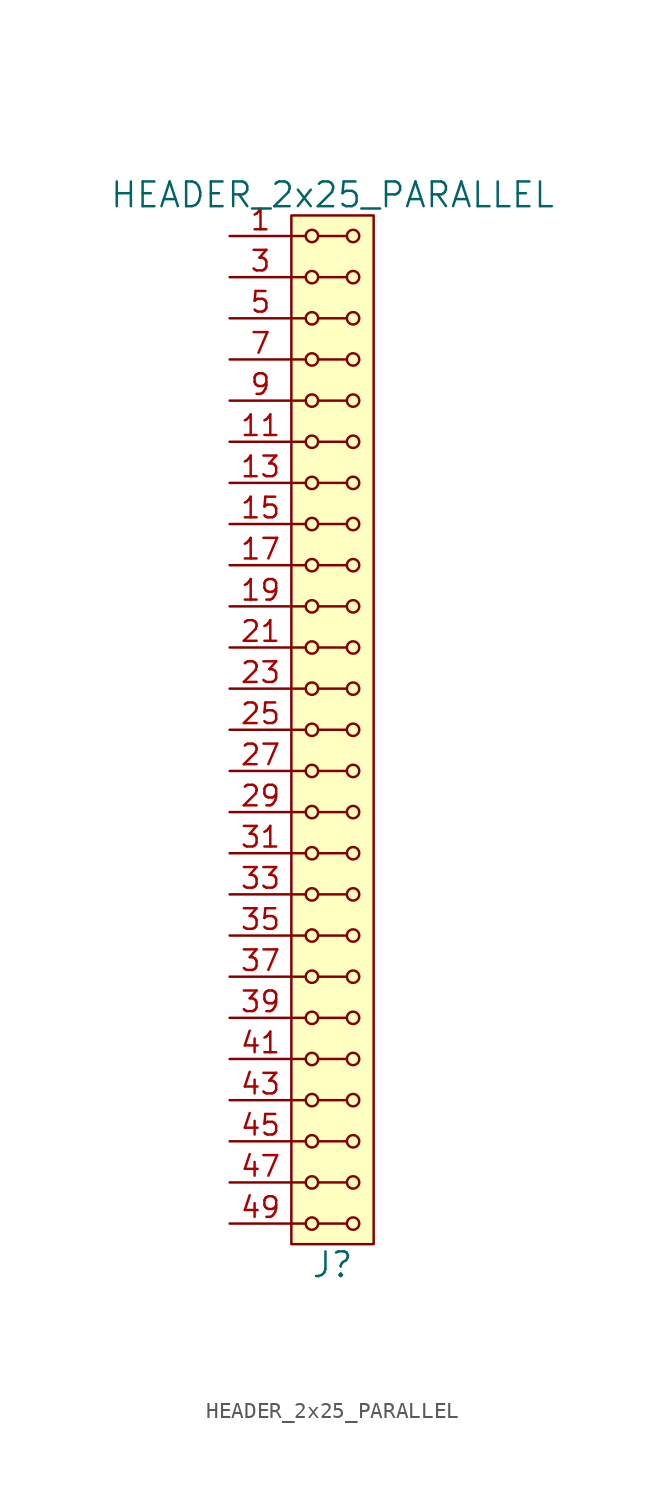
<source format=kicad_sym>
(kicad_symbol_lib
  (version 20211014)
  (generator kicad_symbol_editor)
  (symbol "HEADER_2x25_PARALLEL"
    (pin_names
      (offset 1.016))
    (property "Reference" "J"
      (at 0 -33.02 0)
      (effects (font (size 1.524 1.524))))
    (property "Value" "HEADER_2x25_PARALLEL"
      (at 0 33.02 0)
      (effects (font (size 1.524 1.524))))
    (property "Footprint" ""
      (at 0 30.48 0)
      (effects (font (size 1.524 1.524))))
    (property "Datasheet" ""
      (at 0 30.48 0)
      (effects (font (size 1.524 1.524))))
    (symbol "HEADER_2x25_PARALLEL_0_1"
      (rectangle (start -2.54 31.75) (end 2.54 -31.75) (stroke (width 0) (type default) (color 0 0 0 0)) (fill (type background)))
      (circle (center -1.27 -30.48) (radius 0.381) (stroke (width 0) (type default) (color 0 0 0 0)) (fill (type none)))
      (circle (center -1.27 -27.94) (radius 0.381) (stroke (width 0) (type default) (color 0 0 0 0)) (fill (type none)))
      (circle (center -1.27 -25.4) (radius 0.381) (stroke (width 0) (type default) (color 0 0 0 0)) (fill (type none)))
      (circle (center -1.27 -22.86) (radius 0.381) (stroke (width 0) (type default) (color 0 0 0 0)) (fill (type none)))
      (circle (center -1.27 -20.32) (radius 0.381) (stroke (width 0) (type default) (color 0 0 0 0)) (fill (type none)))
      (circle (center -1.27 -17.78) (radius 0.381) (stroke (width 0) (type default) (color 0 0 0 0)) (fill (type none)))
      (circle (center -1.27 -15.24) (radius 0.381) (stroke (width 0) (type default) (color 0 0 0 0)) (fill (type none)))
      (circle (center -1.27 -12.7) (radius 0.381) (stroke (width 0) (type default) (color 0 0 0 0)) (fill (type none)))
      (circle (center -1.27 -10.16) (radius 0.381) (stroke (width 0) (type default) (color 0 0 0 0)) (fill (type none)))
      (circle (center -1.27 -7.62) (radius 0.381) (stroke (width 0) (type default) (color 0 0 0 0)) (fill (type none)))
      (circle (center -1.27 -5.08) (radius 0.381) (stroke (width 0) (type default) (color 0 0 0 0)) (fill (type none)))
      (circle (center -1.27 -2.54) (radius 0.381) (stroke (width 0) (type default) (color 0 0 0 0)) (fill (type none)))
      (circle (center -1.27 0) (radius 0.381) (stroke (width 0) (type default) (color 0 0 0 0)) (fill (type none)))
      (circle (center -1.27 2.54) (radius 0.381) (stroke (width 0) (type default) (color 0 0 0 0)) (fill (type none)))
      (circle (center -1.27 5.08) (radius 0.381) (stroke (width 0) (type default) (color 0 0 0 0)) (fill (type none)))
      (circle (center -1.27 7.62) (radius 0.381) (stroke (width 0) (type default) (color 0 0 0 0)) (fill (type none)))
      (circle (center -1.27 10.16) (radius 0.381) (stroke (width 0) (type default) (color 0 0 0 0)) (fill (type none)))
      (circle (center -1.27 12.7) (radius 0.381) (stroke (width 0) (type default) (color 0 0 0 0)) (fill (type none)))
      (circle (center -1.27 15.24) (radius 0.381) (stroke (width 0) (type default) (color 0 0 0 0)) (fill (type none)))
      (circle (center -1.27 17.78) (radius 0.381) (stroke (width 0) (type default) (color 0 0 0 0)) (fill (type none)))
      (circle (center -1.27 20.32) (radius 0.381) (stroke (width 0) (type default) (color 0 0 0 0)) (fill (type none)))
      (circle (center -1.27 22.86) (radius 0.381) (stroke (width 0) (type default) (color 0 0 0 0)) (fill (type none)))
      (circle (center -1.27 25.4) (radius 0.381) (stroke (width 0) (type default) (color 0 0 0 0)) (fill (type none)))
      (circle (center -1.27 27.94) (radius 0.381) (stroke (width 0) (type default) (color 0 0 0 0)) (fill (type none)))
      (circle (center -1.27 30.48) (radius 0.381) (stroke (width 0) (type default) (color 0 0 0 0)) (fill (type none)))
      (polyline (pts (xy -1.651 -30.48) (xy -2.54 -30.48)) (stroke (width 0) (type default) (color 0 0 0 0)) (fill (type none)))
      (polyline (pts (xy -1.651 -27.94) (xy -2.54 -27.94)) (stroke (width 0) (type default) (color 0 0 0 0)) (fill (type none)))
      (polyline (pts (xy -1.651 -25.4) (xy -2.54 -25.4)) (stroke (width 0) (type default) (color 0 0 0 0)) (fill (type none)))
      (polyline (pts (xy -1.651 -22.86) (xy -2.54 -22.86)) (stroke (width 0) (type default) (color 0 0 0 0)) (fill (type none)))
      (polyline (pts (xy -1.651 -20.32) (xy -2.54 -20.32)) (stroke (width 0) (type default) (color 0 0 0 0)) (fill (type none)))
      (polyline (pts (xy -1.651 -17.78) (xy -2.54 -17.78)) (stroke (width 0) (type default) (color 0 0 0 0)) (fill (type none)))
      (polyline (pts (xy -1.651 -15.24) (xy -2.54 -15.24)) (stroke (width 0) (type default) (color 0 0 0 0)) (fill (type none)))
      (polyline (pts (xy -1.651 -12.7) (xy -2.54 -12.7)) (stroke (width 0) (type default) (color 0 0 0 0)) (fill (type none)))
      (polyline (pts (xy -1.651 -10.16) (xy -2.54 -10.16)) (stroke (width 0) (type default) (color 0 0 0 0)) (fill (type none)))
      (polyline (pts (xy -1.651 -7.62) (xy -2.54 -7.62)) (stroke (width 0) (type default) (color 0 0 0 0)) (fill (type none)))
      (polyline (pts (xy -1.651 -5.08) (xy -2.54 -5.08)) (stroke (width 0) (type default) (color 0 0 0 0)) (fill (type none)))
      (polyline (pts (xy -1.651 -2.54) (xy -2.54 -2.54)) (stroke (width 0) (type default) (color 0 0 0 0)) (fill (type none)))
      (polyline (pts (xy -1.651 0) (xy -2.54 0)) (stroke (width 0) (type default) (color 0 0 0 0)) (fill (type none)))
      (polyline (pts (xy -1.651 2.54) (xy -2.54 2.54)) (stroke (width 0) (type default) (color 0 0 0 0)) (fill (type none)))
      (polyline (pts (xy -1.651 5.08) (xy -2.54 5.08)) (stroke (width 0) (type default) (color 0 0 0 0)) (fill (type none)))
      (polyline (pts (xy -1.651 7.62) (xy -2.54 7.62)) (stroke (width 0) (type default) (color 0 0 0 0)) (fill (type none)))
      (polyline (pts (xy -1.651 10.16) (xy -2.54 10.16)) (stroke (width 0) (type default) (color 0 0 0 0)) (fill (type none)))
      (polyline (pts (xy -1.651 12.7) (xy -2.54 12.7)) (stroke (width 0) (type default) (color 0 0 0 0)) (fill (type none)))
      (polyline (pts (xy -1.651 15.24) (xy -2.54 15.24)) (stroke (width 0) (type default) (color 0 0 0 0)) (fill (type none)))
      (polyline (pts (xy -1.651 17.78) (xy -2.54 17.78)) (stroke (width 0) (type default) (color 0 0 0 0)) (fill (type none)))
      (polyline (pts (xy -1.651 20.32) (xy -2.54 20.32)) (stroke (width 0) (type default) (color 0 0 0 0)) (fill (type none)))
      (polyline (pts (xy -1.651 22.86) (xy -2.54 22.86)) (stroke (width 0) (type default) (color 0 0 0 0)) (fill (type none)))
      (polyline (pts (xy -1.651 25.4) (xy -2.54 25.4)) (stroke (width 0) (type default) (color 0 0 0 0)) (fill (type none)))
      (polyline (pts (xy -1.651 27.94) (xy -2.54 27.94)) (stroke (width 0) (type default) (color 0 0 0 0)) (fill (type none)))
      (polyline (pts (xy -1.651 30.48) (xy -2.54 30.48)) (stroke (width 0) (type default) (color 0 0 0 0)) (fill (type none)))
      (polyline (pts (xy -0.889 -30.48) (xy 0.889 -30.48)) (stroke (width 0) (type default) (color 0 0 0 0)) (fill (type none)))
      (polyline (pts (xy -0.889 -27.94) (xy 0.889 -27.94)) (stroke (width 0) (type default) (color 0 0 0 0)) (fill (type none)))
      (polyline (pts (xy -0.889 -25.4) (xy 0.889 -25.4)) (stroke (width 0) (type default) (color 0 0 0 0)) (fill (type none)))
      (polyline (pts (xy -0.889 -22.86) (xy 0.889 -22.86)) (stroke (width 0) (type default) (color 0 0 0 0)) (fill (type none)))
      (polyline (pts (xy -0.889 -20.32) (xy 0.889 -20.32)) (stroke (width 0) (type default) (color 0 0 0 0)) (fill (type none)))
      (polyline (pts (xy -0.889 -17.78) (xy 0.889 -17.78)) (stroke (width 0) (type default) (color 0 0 0 0)) (fill (type none)))
      (polyline (pts (xy -0.889 -15.24) (xy 0.889 -15.24)) (stroke (width 0) (type default) (color 0 0 0 0)) (fill (type none)))
      (polyline (pts (xy -0.889 -12.7) (xy 0.889 -12.7)) (stroke (width 0) (type default) (color 0 0 0 0)) (fill (type none)))
      (polyline (pts (xy -0.889 -10.16) (xy 0.889 -10.16)) (stroke (width 0) (type default) (color 0 0 0 0)) (fill (type none)))
      (polyline (pts (xy -0.889 -7.62) (xy 0.889 -7.62)) (stroke (width 0) (type default) (color 0 0 0 0)) (fill (type none)))
      (polyline (pts (xy -0.889 -5.08) (xy 0.889 -5.08)) (stroke (width 0) (type default) (color 0 0 0 0)) (fill (type none)))
      (polyline (pts (xy -0.889 -2.54) (xy 0.889 -2.54)) (stroke (width 0) (type default) (color 0 0 0 0)) (fill (type none)))
      (polyline (pts (xy -0.889 0) (xy 0.889 0)) (stroke (width 0) (type default) (color 0 0 0 0)) (fill (type none)))
      (polyline (pts (xy -0.889 2.54) (xy 0.889 2.54)) (stroke (width 0) (type default) (color 0 0 0 0)) (fill (type none)))
      (polyline (pts (xy -0.889 5.08) (xy 0.889 5.08)) (stroke (width 0) (type default) (color 0 0 0 0)) (fill (type none)))
      (polyline (pts (xy -0.889 7.62) (xy 0.889 7.62)) (stroke (width 0) (type default) (color 0 0 0 0)) (fill (type none)))
      (polyline (pts (xy -0.889 10.16) (xy 0.889 10.16)) (stroke (width 0) (type default) (color 0 0 0 0)) (fill (type none)))
      (polyline (pts (xy -0.889 12.7) (xy 0.889 12.7)) (stroke (width 0) (type default) (color 0 0 0 0)) (fill (type none)))
      (polyline (pts (xy -0.889 15.24) (xy 0.889 15.24)) (stroke (width 0) (type default) (color 0 0 0 0)) (fill (type none)))
      (polyline (pts (xy -0.889 17.78) (xy 0.889 17.78)) (stroke (width 0) (type default) (color 0 0 0 0)) (fill (type none)))
      (polyline (pts (xy -0.889 20.32) (xy 0.889 20.32)) (stroke (width 0) (type default) (color 0 0 0 0)) (fill (type none)))
      (polyline (pts (xy -0.889 22.86) (xy 0.889 22.86)) (stroke (width 0) (type default) (color 0 0 0 0)) (fill (type none)))
      (polyline (pts (xy -0.889 25.4) (xy 0.889 25.4)) (stroke (width 0) (type default) (color 0 0 0 0)) (fill (type none)))
      (polyline (pts (xy -0.889 27.94) (xy 0.889 27.94)) (stroke (width 0) (type default) (color 0 0 0 0)) (fill (type none)))
      (polyline (pts (xy -0.889 30.48) (xy 0.889 30.48)) (stroke (width 0) (type default) (color 0 0 0 0)) (fill (type none)))
      (circle (center 1.27 -30.48) (radius 0.381) (stroke (width 0) (type default) (color 0 0 0 0)) (fill (type none)))
      (circle (center 1.27 -27.94) (radius 0.381) (stroke (width 0) (type default) (color 0 0 0 0)) (fill (type none)))
      (circle (center 1.27 -25.4) (radius 0.381) (stroke (width 0) (type default) (color 0 0 0 0)) (fill (type none)))
      (circle (center 1.27 -22.86) (radius 0.381) (stroke (width 0) (type default) (color 0 0 0 0)) (fill (type none)))
      (circle (center 1.27 -20.32) (radius 0.381) (stroke (width 0) (type default) (color 0 0 0 0)) (fill (type none)))
      (circle (center 1.27 -17.78) (radius 0.381) (stroke (width 0) (type default) (color 0 0 0 0)) (fill (type none)))
      (circle (center 1.27 -15.24) (radius 0.381) (stroke (width 0) (type default) (color 0 0 0 0)) (fill (type none)))
      (circle (center 1.27 -12.7) (radius 0.381) (stroke (width 0) (type default) (color 0 0 0 0)) (fill (type none)))
      (circle (center 1.27 -10.16) (radius 0.381) (stroke (width 0) (type default) (color 0 0 0 0)) (fill (type none)))
      (circle (center 1.27 -7.62) (radius 0.381) (stroke (width 0) (type default) (color 0 0 0 0)) (fill (type none)))
      (circle (center 1.27 -5.08) (radius 0.381) (stroke (width 0) (type default) (color 0 0 0 0)) (fill (type none)))
      (circle (center 1.27 -2.54) (radius 0.381) (stroke (width 0) (type default) (color 0 0 0 0)) (fill (type none)))
      (circle (center 1.27 0) (radius 0.381) (stroke (width 0) (type default) (color 0 0 0 0)) (fill (type none)))
      (circle (center 1.27 2.54) (radius 0.381) (stroke (width 0) (type default) (color 0 0 0 0)) (fill (type none)))
      (circle (center 1.27 5.08) (radius 0.381) (stroke (width 0) (type default) (color 0 0 0 0)) (fill (type none)))
      (circle (center 1.27 7.62) (radius 0.381) (stroke (width 0) (type default) (color 0 0 0 0)) (fill (type none)))
      (circle (center 1.27 10.16) (radius 0.381) (stroke (width 0) (type default) (color 0 0 0 0)) (fill (type none)))
      (circle (center 1.27 12.7) (radius 0.381) (stroke (width 0) (type default) (color 0 0 0 0)) (fill (type none)))
      (circle (center 1.27 15.24) (radius 0.381) (stroke (width 0) (type default) (color 0 0 0 0)) (fill (type none)))
      (circle (center 1.27 17.78) (radius 0.381) (stroke (width 0) (type default) (color 0 0 0 0)) (fill (type none)))
      (circle (center 1.27 20.32) (radius 0.381) (stroke (width 0) (type default) (color 0 0 0 0)) (fill (type none)))
      (circle (center 1.27 22.86) (radius 0.381) (stroke (width 0) (type default) (color 0 0 0 0)) (fill (type none)))
      (circle (center 1.27 25.4) (radius 0.381) (stroke (width 0) (type default) (color 0 0 0 0)) (fill (type none)))
      (circle (center 1.27 27.94) (radius 0.381) (stroke (width 0) (type default) (color 0 0 0 0)) (fill (type none)))
      (circle (center 1.27 30.48) (radius 0.381) (stroke (width 0) (type default) (color 0 0 0 0)) (fill (type none))))
    (symbol "HEADER_2x25_PARALLEL_1_1"
      (pin input line (at -6.35 30.48 0) (length 3.81) (name "~" (effects (font (size 1.27 1.27)))) (number "1" (effects (font (size 1.27 1.27)))))
      (pin input line (at -6.35 20.32 0) (length 3.81) hide (name "~" (effects (font (size 1.27 1.27)))) (number "10" (effects (font (size 1.27 1.27)))))
      (pin input line (at -6.35 17.78 0) (length 3.81) (name "~" (effects (font (size 1.27 1.27)))) (number "11" (effects (font (size 1.27 1.27)))))
      (pin input line (at -6.35 17.78 0) (length 3.81) hide (name "~" (effects (font (size 1.27 1.27)))) (number "12" (effects (font (size 1.27 1.27)))))
      (pin input line (at -6.35 15.24 0) (length 3.81) (name "~" (effects (font (size 1.27 1.27)))) (number "13" (effects (font (size 1.27 1.27)))))
      (pin input line (at -6.35 15.24 0) (length 3.81) hide (name "~" (effects (font (size 1.27 1.27)))) (number "14" (effects (font (size 1.27 1.27)))))
      (pin input line (at -6.35 12.7 0) (length 3.81) (name "~" (effects (font (size 1.27 1.27)))) (number "15" (effects (font (size 1.27 1.27)))))
      (pin input line (at -6.35 12.7 0) (length 3.81) hide (name "~" (effects (font (size 1.27 1.27)))) (number "16" (effects (font (size 1.27 1.27)))))
      (pin input line (at -6.35 10.16 0) (length 3.81) (name "~" (effects (font (size 1.27 1.27)))) (number "17" (effects (font (size 1.27 1.27)))))
      (pin input line (at -6.35 10.16 0) (length 3.81) hide (name "~" (effects (font (size 1.27 1.27)))) (number "18" (effects (font (size 1.27 1.27)))))
      (pin input line (at -6.35 7.62 0) (length 3.81) (name "~" (effects (font (size 1.27 1.27)))) (number "19" (effects (font (size 1.27 1.27)))))
      (pin input line (at -6.35 30.48 0) (length 3.81) hide (name "~" (effects (font (size 1.27 1.27)))) (number "2" (effects (font (size 1.27 1.27)))))
      (pin input line (at -6.35 7.62 0) (length 3.81) hide (name "~" (effects (font (size 1.27 1.27)))) (number "20" (effects (font (size 1.27 1.27)))))
      (pin input line (at -6.35 5.08 0) (length 3.81) (name "~" (effects (font (size 1.27 1.27)))) (number "21" (effects (font (size 1.27 1.27)))))
      (pin input line (at -6.35 5.08 0) (length 3.81) hide (name "~" (effects (font (size 1.27 1.27)))) (number "22" (effects (font (size 1.27 1.27)))))
      (pin input line (at -6.35 2.54 0) (length 3.81) (name "~" (effects (font (size 1.27 1.27)))) (number "23" (effects (font (size 1.27 1.27)))))
      (pin input line (at -6.35 2.54 0) (length 3.81) hide (name "~" (effects (font (size 1.27 1.27)))) (number "24" (effects (font (size 1.27 1.27)))))
      (pin input line (at -6.35 0 0) (length 3.81) (name "~" (effects (font (size 1.27 1.27)))) (number "25" (effects (font (size 1.27 1.27)))))
      (pin input line (at -6.35 0 0) (length 3.81) hide (name "~" (effects (font (size 1.27 1.27)))) (number "26" (effects (font (size 1.27 1.27)))))
      (pin input line (at -6.35 -2.54 0) (length 3.81) (name "~" (effects (font (size 1.27 1.27)))) (number "27" (effects (font (size 1.27 1.27)))))
      (pin input line (at -6.35 -2.54 0) (length 3.81) hide (name "~" (effects (font (size 1.27 1.27)))) (number "28" (effects (font (size 1.27 1.27)))))
      (pin input line (at -6.35 -5.08 0) (length 3.81) (name "~" (effects (font (size 1.27 1.27)))) (number "29" (effects (font (size 1.27 1.27)))))
      (pin input line (at -6.35 27.94 0) (length 3.81) (name "~" (effects (font (size 1.27 1.27)))) (number "3" (effects (font (size 1.27 1.27)))))
      (pin input line (at -6.35 -5.08 0) (length 3.81) hide (name "~" (effects (font (size 1.27 1.27)))) (number "30" (effects (font (size 1.27 1.27)))))
      (pin input line (at -6.35 -7.62 0) (length 3.81) (name "~" (effects (font (size 1.27 1.27)))) (number "31" (effects (font (size 1.27 1.27)))))
      (pin input line (at -6.35 -7.62 0) (length 3.81) hide (name "~" (effects (font (size 1.27 1.27)))) (number "32" (effects (font (size 1.27 1.27)))))
      (pin input line (at -6.35 -10.16 0) (length 3.81) (name "~" (effects (font (size 1.27 1.27)))) (number "33" (effects (font (size 1.27 1.27)))))
      (pin input line (at -6.35 -10.16 0) (length 3.81) hide (name "~" (effects (font (size 1.27 1.27)))) (number "34" (effects (font (size 1.27 1.27)))))
      (pin input line (at -6.35 -12.7 0) (length 3.81) (name "~" (effects (font (size 1.27 1.27)))) (number "35" (effects (font (size 1.27 1.27)))))
      (pin input line (at -6.35 -12.7 0) (length 3.81) hide (name "~" (effects (font (size 1.27 1.27)))) (number "36" (effects (font (size 1.27 1.27)))))
      (pin input line (at -6.35 -15.24 0) (length 3.81) (name "~" (effects (font (size 1.27 1.27)))) (number "37" (effects (font (size 1.27 1.27)))))
      (pin input line (at -6.35 -15.24 0) (length 3.81) hide (name "~" (effects (font (size 1.27 1.27)))) (number "38" (effects (font (size 1.27 1.27)))))
      (pin input line (at -6.35 -17.78 0) (length 3.81) (name "~" (effects (font (size 1.27 1.27)))) (number "39" (effects (font (size 1.27 1.27)))))
      (pin input line (at -6.35 27.94 0) (length 3.81) hide (name "~" (effects (font (size 1.27 1.27)))) (number "4" (effects (font (size 1.27 1.27)))))
      (pin input line (at -6.35 -17.78 0) (length 3.81) hide (name "~" (effects (font (size 1.27 1.27)))) (number "40" (effects (font (size 1.27 1.27)))))
      (pin input line (at -6.35 -20.32 0) (length 3.81) (name "~" (effects (font (size 1.27 1.27)))) (number "41" (effects (font (size 1.27 1.27)))))
      (pin input line (at -6.35 -20.32 0) (length 3.81) hide (name "~" (effects (font (size 1.27 1.27)))) (number "42" (effects (font (size 1.27 1.27)))))
      (pin input line (at -6.35 -22.86 0) (length 3.81) (name "~" (effects (font (size 1.27 1.27)))) (number "43" (effects (font (size 1.27 1.27)))))
      (pin input line (at -6.35 -22.86 0) (length 3.81) hide (name "~" (effects (font (size 1.27 1.27)))) (number "44" (effects (font (size 1.27 1.27)))))
      (pin input line (at -6.35 -25.4 0) (length 3.81) (name "~" (effects (font (size 1.27 1.27)))) (number "45" (effects (font (size 1.27 1.27)))))
      (pin input line (at -6.35 -25.4 0) (length 3.81) hide (name "~" (effects (font (size 1.27 1.27)))) (number "46" (effects (font (size 1.27 1.27)))))
      (pin input line (at -6.35 -27.94 0) (length 3.81) (name "~" (effects (font (size 1.27 1.27)))) (number "47" (effects (font (size 1.27 1.27)))))
      (pin input line (at -6.35 -27.94 0) (length 3.81) hide (name "~" (effects (font (size 1.27 1.27)))) (number "48" (effects (font (size 1.27 1.27)))))
      (pin input line (at -6.35 -30.48 0) (length 3.81) (name "~" (effects (font (size 1.27 1.27)))) (number "49" (effects (font (size 1.27 1.27)))))
      (pin input line (at -6.35 25.4 0) (length 3.81) (name "~" (effects (font (size 1.27 1.27)))) (number "5" (effects (font (size 1.27 1.27)))))
      (pin input line (at -6.35 -30.48 0) (length 3.81) hide (name "~" (effects (font (size 1.27 1.27)))) (number "50" (effects (font (size 1.27 1.27)))))
      (pin input line (at -6.35 25.4 0) (length 3.81) hide (name "~" (effects (font (size 1.27 1.27)))) (number "6" (effects (font (size 1.27 1.27)))))
      (pin input line (at -6.35 22.86 0) (length 3.81) (name "~" (effects (font (size 1.27 1.27)))) (number "7" (effects (font (size 1.27 1.27)))))
      (pin input line (at -6.35 22.86 0) (length 3.81) hide (name "~" (effects (font (size 1.27 1.27)))) (number "8" (effects (font (size 1.27 1.27)))))
      (pin input line (at -6.35 20.32 0) (length 3.81) (name "~" (effects (font (size 1.27 1.27)))) (number "9" (effects (font (size 1.27 1.27))))))))
</source>
